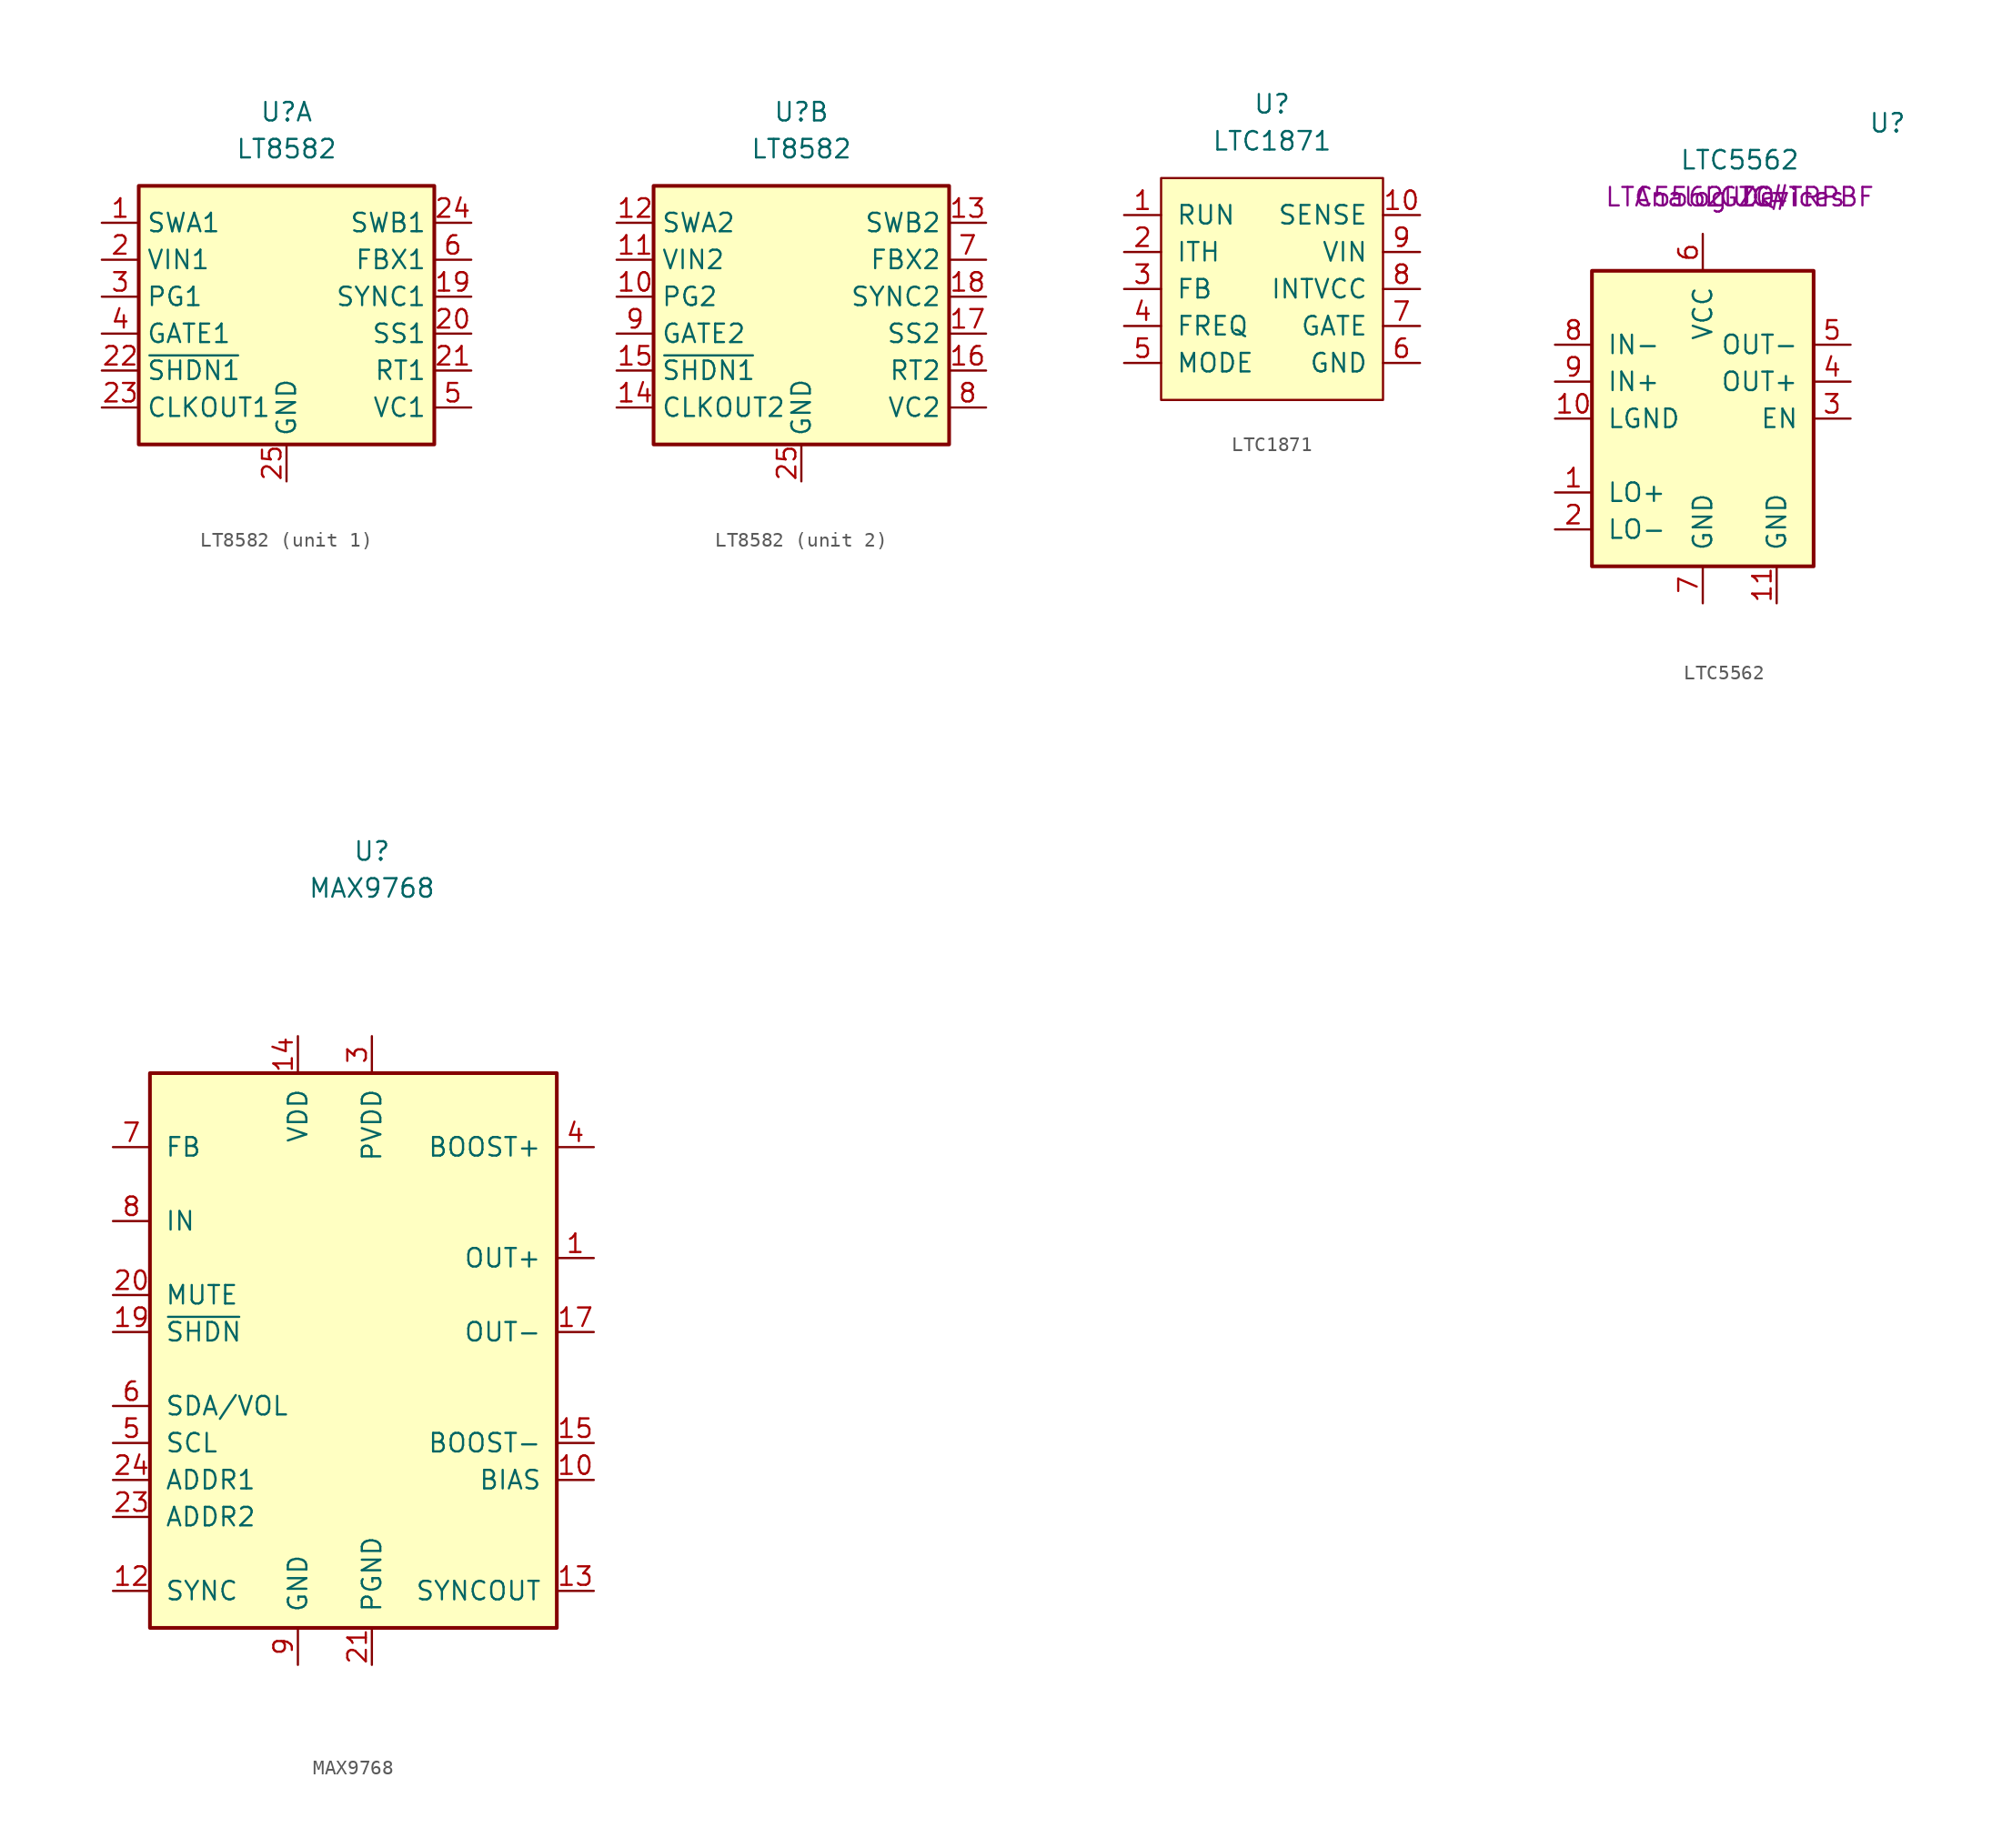
<source format=kicad_sym>
(kicad_symbol_lib
  (version 20220914)
  (generator kicad_symbol_editor)
  (symbol "LT8582"
    (property "Reference" "U"
      (at 0 15.24 0)
      (effects (font (size 1.27 1.27))))
    (property "Value" "LT8582"
      (at 0 12.7 0)
      (effects (font (size 1.27 1.27))))
    (symbol "LT8582_0_1"
      (rectangle (start -10.16 10.16) (end 10.16 -7.62) (stroke (width 0.254) (type default)) (fill (type background)))
      (pin power_in line (at 0 -10.16 90) (length 2.54) (name "GND" (effects (font (size 1.27 1.27)))) (number "25" (effects (font (size 1.27 1.27))))))
    (symbol "LT8582_1_1"
      (pin open_collector line (at -12.7 7.62 0) (length 2.54) (name "SWA1" (effects (font (size 1.27 1.27)))) (number "1" (effects (font (size 1.27 1.27)))))
      (pin passive line (at 12.7 2.54 180) (length 2.54) (name "SYNC1" (effects (font (size 1.27 1.27)))) (number "19" (effects (font (size 1.27 1.27)))))
      (pin power_in line (at -12.7 5.08 0) (length 2.54) (name "VIN1" (effects (font (size 1.27 1.27)))) (number "2" (effects (font (size 1.27 1.27)))))
      (pin passive line (at 12.7 0 180) (length 2.54) (name "SS1" (effects (font (size 1.27 1.27)))) (number "20" (effects (font (size 1.27 1.27)))))
      (pin passive line (at 12.7 -2.54 180) (length 2.54) (name "RT1" (effects (font (size 1.27 1.27)))) (number "21" (effects (font (size 1.27 1.27)))))
      (pin passive line (at -12.7 -2.54 0) (length 2.54) (name "~{SHDN1}" (effects (font (size 1.27 1.27)))) (number "22" (effects (font (size 1.27 1.27)))))
      (pin passive line (at -12.7 -5.08 0) (length 2.54) (name "CLKOUT1" (effects (font (size 1.27 1.27)))) (number "23" (effects (font (size 1.27 1.27)))))
      (pin open_collector line (at 12.7 7.62 180) (length 2.54) (name "SWB1" (effects (font (size 1.27 1.27)))) (number "24" (effects (font (size 1.27 1.27)))))
      (pin passive line (at -12.7 2.54 0) (length 2.54) (name "PG1" (effects (font (size 1.27 1.27)))) (number "3" (effects (font (size 1.27 1.27)))))
      (pin passive line (at -12.7 0 0) (length 2.54) (name "GATE1" (effects (font (size 1.27 1.27)))) (number "4" (effects (font (size 1.27 1.27)))))
      (pin passive line (at 12.7 -5.08 180) (length 2.54) (name "VC1" (effects (font (size 1.27 1.27)))) (number "5" (effects (font (size 1.27 1.27)))))
      (pin passive line (at 12.7 5.08 180) (length 2.54) (name "FBX1" (effects (font (size 1.27 1.27)))) (number "6" (effects (font (size 1.27 1.27))))))
    (symbol "LT8582_2_1"
      (pin passive line (at -12.7 2.54 0) (length 2.54) (name "PG2" (effects (font (size 1.27 1.27)))) (number "10" (effects (font (size 1.27 1.27)))))
      (pin power_in line (at -12.7 5.08 0) (length 2.54) (name "VIN2" (effects (font (size 1.27 1.27)))) (number "11" (effects (font (size 1.27 1.27)))))
      (pin open_collector line (at -12.7 7.62 0) (length 2.54) (name "SWA2" (effects (font (size 1.27 1.27)))) (number "12" (effects (font (size 1.27 1.27)))))
      (pin open_collector line (at 12.7 7.62 180) (length 2.54) (name "SWB2" (effects (font (size 1.27 1.27)))) (number "13" (effects (font (size 1.27 1.27)))))
      (pin passive line (at -12.7 -5.08 0) (length 2.54) (name "CLKOUT2" (effects (font (size 1.27 1.27)))) (number "14" (effects (font (size 1.27 1.27)))))
      (pin passive line (at -12.7 -2.54 0) (length 2.54) (name "~{SHDN1}" (effects (font (size 1.27 1.27)))) (number "15" (effects (font (size 1.27 1.27)))))
      (pin passive line (at 12.7 -2.54 180) (length 2.54) (name "RT2" (effects (font (size 1.27 1.27)))) (number "16" (effects (font (size 1.27 1.27)))))
      (pin passive line (at 12.7 0 180) (length 2.54) (name "SS2" (effects (font (size 1.27 1.27)))) (number "17" (effects (font (size 1.27 1.27)))))
      (pin passive line (at 12.7 2.54 180) (length 2.54) (name "SYNC2" (effects (font (size 1.27 1.27)))) (number "18" (effects (font (size 1.27 1.27)))))
      (pin passive line (at 12.7 5.08 180) (length 2.54) (name "FBX2" (effects (font (size 1.27 1.27)))) (number "7" (effects (font (size 1.27 1.27)))))
      (pin passive line (at 12.7 -5.08 180) (length 2.54) (name "VC2" (effects (font (size 1.27 1.27)))) (number "8" (effects (font (size 1.27 1.27)))))
      (pin passive line (at -12.7 0 0) (length 2.54) (name "GATE2" (effects (font (size 1.27 1.27)))) (number "9" (effects (font (size 1.27 1.27)))))))
  (symbol "LTC1871"
    (pin_names
      (offset 1.016))
    (property "Reference" "U"
      (at 0 12.7 0)
      (effects (font (size 1.27 1.27))))
    (property "Value" "LTC1871"
      (at 0 10.16 0)
      (effects (font (size 1.27 1.27))))
    (symbol "LTC1871_0_1"
      (rectangle (start -7.62 7.62) (end 7.62 -7.62) (stroke (width 0) (type default)) (fill (type background))))
    (symbol "LTC1871_1_1"
      (pin passive line (at -10.16 5.08 0) (length 2.54) (name "RUN" (effects (font (size 1.27 1.27)))) (number "1" (effects (font (size 1.27 1.27)))))
      (pin passive line (at 10.16 5.08 180) (length 2.54) (name "SENSE" (effects (font (size 1.27 1.27)))) (number "10" (effects (font (size 1.27 1.27)))))
      (pin passive line (at -10.16 2.54 0) (length 2.54) (name "ITH" (effects (font (size 1.27 1.27)))) (number "2" (effects (font (size 1.27 1.27)))))
      (pin passive line (at -10.16 0 0) (length 2.54) (name "FB" (effects (font (size 1.27 1.27)))) (number "3" (effects (font (size 1.27 1.27)))))
      (pin passive line (at -10.16 -2.54 0) (length 2.54) (name "FREQ" (effects (font (size 1.27 1.27)))) (number "4" (effects (font (size 1.27 1.27)))))
      (pin passive line (at -10.16 -5.08 0) (length 2.54) (name "MODE" (effects (font (size 1.27 1.27)))) (number "5" (effects (font (size 1.27 1.27)))))
      (pin power_out line (at 10.16 -5.08 180) (length 2.54) (name "GND" (effects (font (size 1.27 1.27)))) (number "6" (effects (font (size 1.27 1.27)))))
      (pin output line (at 10.16 -2.54 180) (length 2.54) (name "GATE" (effects (font (size 1.27 1.27)))) (number "7" (effects (font (size 1.27 1.27)))))
      (pin passive line (at 10.16 0 180) (length 2.54) (name "INTVCC" (effects (font (size 1.27 1.27)))) (number "8" (effects (font (size 1.27 1.27)))))
      (pin power_in line (at 10.16 2.54 180) (length 2.54) (name "VIN" (effects (font (size 1.27 1.27)))) (number "9" (effects (font (size 1.27 1.27)))))))
  (symbol "LTC5562"
    (pin_names
      (offset 1.016))
    (property "Reference" "U"
      (at 10.16 5.08 0)
      (effects (font (size 1.27 1.27))))
    (property "Value" "LTC5562"
      (at 0 2.54 0)
      (effects (font (size 1.27 1.27))))
    (property "Manufacturer" "Analog Devices"
      (at 0 0 0)
      (effects (font (size 1.27 1.27))))
    (property "MPN" "LTC5562IUC#TRPBF"
      (at 0 0 0)
      (effects (font (size 1.27 1.27))))
    (property "Marking" "LGZQ"
      (at 0 0 0)
      (effects (font (size 1.27 1.27))))
    (symbol "LTC5562_0_1"
      (rectangle (start -10.16 -5.08) (end 5.08 -25.4) (stroke (width 0.254) (type default)) (fill (type background))))
    (symbol "LTC5562_1_1"
      (pin input line (at -12.7 -20.32 0) (length 2.54) (name "LO+" (effects (font (size 1.27 1.27)))) (number "1" (effects (font (size 1.27 1.27)))))
      (pin input line (at -12.7 -15.24 0) (length 2.54) (name "LGND" (effects (font (size 1.27 1.27)))) (number "10" (effects (font (size 1.27 1.27)))))
      (pin input line (at 2.54 -27.94 90) (length 2.54) (name "GND" (effects (font (size 1.27 1.27)))) (number "11" (effects (font (size 1.27 1.27)))))
      (pin input line (at -12.7 -22.86 0) (length 2.54) (name "LO-" (effects (font (size 1.27 1.27)))) (number "2" (effects (font (size 1.27 1.27)))))
      (pin input line (at 7.62 -15.24 180) (length 2.54) (name "EN" (effects (font (size 1.27 1.27)))) (number "3" (effects (font (size 1.27 1.27)))))
      (pin input line (at 7.62 -12.7 180) (length 2.54) (name "OUT+" (effects (font (size 1.27 1.27)))) (number "4" (effects (font (size 1.27 1.27)))))
      (pin input line (at 7.62 -10.16 180) (length 2.54) (name "OUT-" (effects (font (size 1.27 1.27)))) (number "5" (effects (font (size 1.27 1.27)))))
      (pin input line (at -2.54 -2.54 270) (length 2.54) (name "VCC" (effects (font (size 1.27 1.27)))) (number "6" (effects (font (size 1.27 1.27)))))
      (pin input line (at -2.54 -27.94 90) (length 2.54) (name "GND" (effects (font (size 1.27 1.27)))) (number "7" (effects (font (size 1.27 1.27)))))
      (pin input line (at -12.7 -10.16 0) (length 2.54) (name "IN-" (effects (font (size 1.27 1.27)))) (number "8" (effects (font (size 1.27 1.27)))))
      (pin input line (at -12.7 -12.7 0) (length 2.54) (name "IN+" (effects (font (size 1.27 1.27)))) (number "9" (effects (font (size 1.27 1.27)))))))
  (symbol "MAX9768"
    (pin_names
      (offset 1.016))
    (property "Reference" "U"
      (at 0 25.4 0)
      (effects (font (size 1.27 1.27))))
    (property "Value" "MAX9768"
      (at 0 22.86 0)
      (effects (font (size 1.27 1.27))))
    (symbol "MAX9768_0_1"
      (rectangle (start -15.24 10.16) (end 12.7 -27.94) (stroke (width 0.254) (type default)) (fill (type background))))
    (symbol "MAX9768_1_1"
      (pin output line (at 15.24 -2.54 180) (length 2.54) (name "OUT+" (effects (font (size 1.27 1.27)))) (number "1" (effects (font (size 1.27 1.27)))))
      (pin passive line (at 15.24 -17.78 180) (length 2.54) (name "BIAS" (effects (font (size 1.27 1.27)))) (number "10" (effects (font (size 1.27 1.27)))))
      (pin passive line (at -5.08 -30.48 90) (length 2.54) hide (name "GND" (effects (font (size 1.27 1.27)))) (number "11" (effects (font (size 1.27 1.27)))))
      (pin passive line (at -17.78 -25.4 0) (length 2.54) (name "SYNC" (effects (font (size 1.27 1.27)))) (number "12" (effects (font (size 1.27 1.27)))))
      (pin passive line (at 15.24 -25.4 180) (length 2.54) (name "SYNCOUT" (effects (font (size 1.27 1.27)))) (number "13" (effects (font (size 1.27 1.27)))))
      (pin power_in line (at -5.08 12.7 270) (length 2.54) (name "VDD" (effects (font (size 1.27 1.27)))) (number "14" (effects (font (size 1.27 1.27)))))
      (pin passive line (at 15.24 -15.24 180) (length 2.54) (name "BOOST-" (effects (font (size 1.27 1.27)))) (number "15" (effects (font (size 1.27 1.27)))))
      (pin passive line (at 0 12.7 270) (length 2.54) hide (name "PVDD" (effects (font (size 1.27 1.27)))) (number "16" (effects (font (size 1.27 1.27)))))
      (pin output line (at 15.24 -7.62 180) (length 2.54) (name "OUT-" (effects (font (size 1.27 1.27)))) (number "17" (effects (font (size 1.27 1.27)))))
      (pin passive line (at 15.24 -7.62 180) (length 2.54) hide (name "OUT-" (effects (font (size 1.27 1.27)))) (number "18" (effects (font (size 1.27 1.27)))))
      (pin passive line (at -17.78 -7.62 0) (length 2.54) (name "~{SHDN}" (effects (font (size 1.27 1.27)))) (number "19" (effects (font (size 1.27 1.27)))))
      (pin passive line (at 15.24 -2.54 180) (length 2.54) hide (name "OUT+" (effects (font (size 1.27 1.27)))) (number "2" (effects (font (size 1.27 1.27)))))
      (pin input line (at -17.78 -5.08 0) (length 2.54) (name "MUTE" (effects (font (size 1.27 1.27)))) (number "20" (effects (font (size 1.27 1.27)))))
      (pin power_in line (at 0 -30.48 90) (length 2.54) (name "PGND" (effects (font (size 1.27 1.27)))) (number "21" (effects (font (size 1.27 1.27)))))
      (pin passive line (at 0 -30.48 90) (length 2.54) hide (name "PGND" (effects (font (size 1.27 1.27)))) (number "22" (effects (font (size 1.27 1.27)))))
      (pin passive line (at -17.78 -20.32 0) (length 2.54) (name "ADDR2" (effects (font (size 1.27 1.27)))) (number "23" (effects (font (size 1.27 1.27)))))
      (pin passive line (at -17.78 -17.78 0) (length 2.54) (name "ADDR1" (effects (font (size 1.27 1.27)))) (number "24" (effects (font (size 1.27 1.27)))))
      (pin passive line (at 0 -30.48 90) (length 2.54) hide (name "EP" (effects (font (size 1.27 1.27)))) (number "25" (effects (font (size 1.27 1.27)))))
      (pin power_in line (at 0 12.7 270) (length 2.54) (name "PVDD" (effects (font (size 1.27 1.27)))) (number "3" (effects (font (size 1.27 1.27)))))
      (pin passive line (at 15.24 5.08 180) (length 2.54) (name "BOOST+" (effects (font (size 1.27 1.27)))) (number "4" (effects (font (size 1.27 1.27)))))
      (pin passive line (at -17.78 -15.24 0) (length 2.54) (name "SCL" (effects (font (size 1.27 1.27)))) (number "5" (effects (font (size 1.27 1.27)))))
      (pin passive line (at -17.78 -12.7 0) (length 2.54) (name "SDA/VOL" (effects (font (size 1.27 1.27)))) (number "6" (effects (font (size 1.27 1.27)))))
      (pin input line (at -17.78 5.08 0) (length 2.54) (name "FB" (effects (font (size 1.27 1.27)))) (number "7" (effects (font (size 1.27 1.27)))))
      (pin input line (at -17.78 0 0) (length 2.54) (name "IN" (effects (font (size 1.27 1.27)))) (number "8" (effects (font (size 1.27 1.27)))))
      (pin power_in line (at -5.08 -30.48 90) (length 2.54) (name "GND" (effects (font (size 1.27 1.27)))) (number "9" (effects (font (size 1.27 1.27))))))))
</source>
